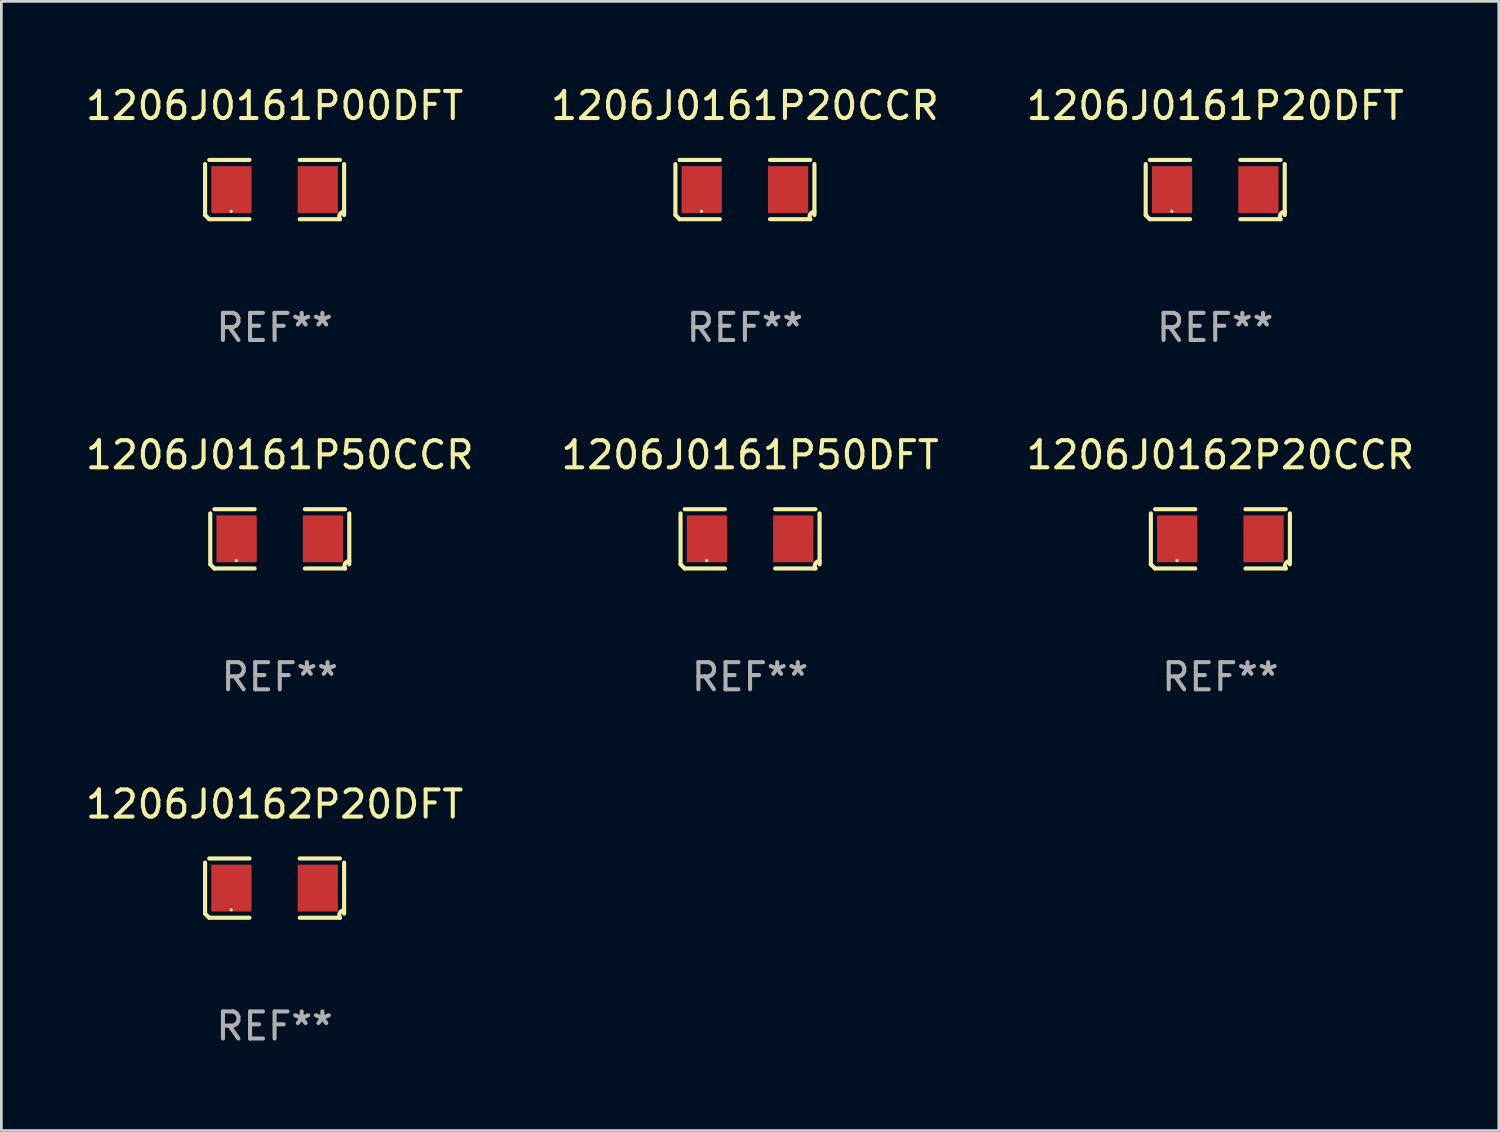
<source format=kicad_pcb>
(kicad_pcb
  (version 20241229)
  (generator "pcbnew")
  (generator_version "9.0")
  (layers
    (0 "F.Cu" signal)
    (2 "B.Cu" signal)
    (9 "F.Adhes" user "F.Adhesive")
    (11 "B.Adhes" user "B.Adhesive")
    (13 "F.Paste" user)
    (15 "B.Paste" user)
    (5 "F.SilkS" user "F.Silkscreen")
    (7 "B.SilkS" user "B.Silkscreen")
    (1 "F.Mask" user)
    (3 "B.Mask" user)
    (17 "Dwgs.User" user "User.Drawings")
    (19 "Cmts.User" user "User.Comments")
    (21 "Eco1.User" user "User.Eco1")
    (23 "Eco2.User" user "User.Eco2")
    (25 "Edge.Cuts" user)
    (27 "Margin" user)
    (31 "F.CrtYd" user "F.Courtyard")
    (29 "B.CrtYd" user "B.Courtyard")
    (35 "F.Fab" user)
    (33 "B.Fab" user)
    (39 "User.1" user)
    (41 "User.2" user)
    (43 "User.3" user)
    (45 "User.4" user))
  (footprint "1206J0161P20CCR"
    (layer "F.Cu")
    (at 24.423 3.941)
    (property "Reference" "1206J0161P20CCR" (at 0 -3.093 0) (layer "F.SilkS") (effects (font (size 1 1) (thickness 0.15))))
    (attr through_hole)
    (fp_line (start -2.564 0.94) (end -2.564 -0.94) (stroke (width 0.152) (type solid)) (layer "F.SilkS"))
    (fp_line (start -2.411 -1.093) (end -0.926 -1.093) (stroke (width 0.152) (type solid)) (layer "F.SilkS"))
    (fp_line (start -0.926 1.093) (end -2.411 1.093) (stroke (width 0.152) (type solid)) (layer "F.SilkS"))
    (fp_line (start 0.926 1.093) (end 2.411 1.093) (stroke (width 0.152) (type solid)) (layer "F.SilkS"))
    (fp_line (start 2.411 -1.093) (end 0.926 -1.093) (stroke (width 0.152) (type solid)) (layer "F.SilkS"))
    (fp_line (start 2.564 0.94) (end 2.564 -0.94) (stroke (width 0.152) (type solid)) (layer "F.SilkS"))
    (fp_arc (start -2.411201 1.092609) (mid -2.487413 1.01642) (end -2.563602 0.940208) (stroke (width 0.1524) (type solid)) (layer "F.SilkS"))
    (fp_arc (start 2.411201 1.092609) (mid 2.407159 0.911226) (end 2.563602 0.819347) (stroke (width 0.1524) (type solid)) (layer "F.SilkS"))
    (fp_circle (center -1.6 0.8) (end -1.57 0.8) (stroke (width 0.06) (type solid)) (fill no) (layer "F.SilkS"))
    (fp_text user "REF**" (at 0 5.093 0) (layer "F.Fab") (effects (font (size 1 1) (thickness 0.15))))
    (pad "1" smd rect (at -1.593 0) (size 1.485 1.728) (layers "F.Cu" "F.Mask" "F.Paste"))
    (pad "2" smd rect (at 1.593 0) (size 1.485 1.728) (layers "F.Cu" "F.Mask" "F.Paste")))
  (footprint "1206J0162P20DFT"
    (layer "F.Cu")
    (at 7.077 29.704)
    (property "Reference" "1206J0162P20DFT" (at 0 -3.093 0) (layer "F.SilkS") (effects (font (size 1 1) (thickness 0.15))))
    (attr through_hole)
    (fp_line (start -2.564 0.94) (end -2.564 -0.94) (stroke (width 0.152) (type solid)) (layer "F.SilkS"))
    (fp_line (start -2.411 -1.093) (end -0.926 -1.093) (stroke (width 0.152) (type solid)) (layer "F.SilkS"))
    (fp_line (start -0.926 1.093) (end -2.411 1.093) (stroke (width 0.152) (type solid)) (layer "F.SilkS"))
    (fp_line (start 0.926 1.093) (end 2.411 1.093) (stroke (width 0.152) (type solid)) (layer "F.SilkS"))
    (fp_line (start 2.411 -1.093) (end 0.926 -1.093) (stroke (width 0.152) (type solid)) (layer "F.SilkS"))
    (fp_line (start 2.564 0.94) (end 2.564 -0.94) (stroke (width 0.152) (type solid)) (layer "F.SilkS"))
    (fp_arc (start -2.411201 1.092609) (mid -2.487413 1.01642) (end -2.563602 0.940208) (stroke (width 0.1524) (type solid)) (layer "F.SilkS"))
    (fp_arc (start 2.411201 1.092609) (mid 2.407159 0.911226) (end 2.563602 0.819347) (stroke (width 0.1524) (type solid)) (layer "F.SilkS"))
    (fp_circle (center -1.6 0.8) (end -1.57 0.8) (stroke (width 0.06) (type solid)) (fill no) (layer "F.SilkS"))
    (fp_text user "REF**" (at 0 5.093 0) (layer "F.Fab") (effects (font (size 1 1) (thickness 0.15))))
    (pad "1" smd rect (at -1.593 0) (size 1.485 1.728) (layers "F.Cu" "F.Mask" "F.Paste"))
    (pad "2" smd rect (at 1.593 0) (size 1.485 1.728) (layers "F.Cu" "F.Mask" "F.Paste")))
  (footprint "1206J0161P00DFT"
    (layer "F.Cu")
    (at 7.077 3.941)
    (property "Reference" "1206J0161P00DFT" (at 0 -3.093 0) (layer "F.SilkS") (effects (font (size 1 1) (thickness 0.15))))
    (attr through_hole)
    (fp_line (start -2.564 0.94) (end -2.564 -0.94) (stroke (width 0.152) (type solid)) (layer "F.SilkS"))
    (fp_line (start -2.411 -1.093) (end -0.926 -1.093) (stroke (width 0.152) (type solid)) (layer "F.SilkS"))
    (fp_line (start -0.926 1.093) (end -2.411 1.093) (stroke (width 0.152) (type solid)) (layer "F.SilkS"))
    (fp_line (start 0.926 1.093) (end 2.411 1.093) (stroke (width 0.152) (type solid)) (layer "F.SilkS"))
    (fp_line (start 2.411 -1.093) (end 0.926 -1.093) (stroke (width 0.152) (type solid)) (layer "F.SilkS"))
    (fp_line (start 2.564 0.94) (end 2.564 -0.94) (stroke (width 0.152) (type solid)) (layer "F.SilkS"))
    (fp_arc (start -2.411201 1.092609) (mid -2.487413 1.01642) (end -2.563602 0.940208) (stroke (width 0.1524) (type solid)) (layer "F.SilkS"))
    (fp_arc (start 2.411201 1.092609) (mid 2.407159 0.911226) (end 2.563602 0.819347) (stroke (width 0.1524) (type solid)) (layer "F.SilkS"))
    (fp_circle (center -1.6 0.8) (end -1.57 0.8) (stroke (width 0.06) (type solid)) (fill no) (layer "F.SilkS"))
    (fp_text user "REF**" (at 0 5.093 0) (layer "F.Fab") (effects (font (size 1 1) (thickness 0.15))))
    (pad "1" smd rect (at -1.593 0) (size 1.485 1.728) (layers "F.Cu" "F.Mask" "F.Paste"))
    (pad "2" smd rect (at 1.593 0) (size 1.485 1.728) (layers "F.Cu" "F.Mask" "F.Paste")))
  (footprint "1206J0161P20DFT"
    (layer "F.Cu")
    (at 41.768 3.941)
    (property "Reference" "1206J0161P20DFT" (at 0 -3.093 0) (layer "F.SilkS") (effects (font (size 1 1) (thickness 0.15))))
    (attr through_hole)
    (fp_line (start -2.564 0.94) (end -2.564 -0.94) (stroke (width 0.152) (type solid)) (layer "F.SilkS"))
    (fp_line (start -2.411 -1.093) (end -0.926 -1.093) (stroke (width 0.152) (type solid)) (layer "F.SilkS"))
    (fp_line (start -0.926 1.093) (end -2.411 1.093) (stroke (width 0.152) (type solid)) (layer "F.SilkS"))
    (fp_line (start 0.926 1.093) (end 2.411 1.093) (stroke (width 0.152) (type solid)) (layer "F.SilkS"))
    (fp_line (start 2.411 -1.093) (end 0.926 -1.093) (stroke (width 0.152) (type solid)) (layer "F.SilkS"))
    (fp_line (start 2.564 0.94) (end 2.564 -0.94) (stroke (width 0.152) (type solid)) (layer "F.SilkS"))
    (fp_arc (start -2.411201 1.092609) (mid -2.487413 1.01642) (end -2.563602 0.940208) (stroke (width 0.1524) (type solid)) (layer "F.SilkS"))
    (fp_arc (start 2.411201 1.092609) (mid 2.407159 0.911226) (end 2.563602 0.819347) (stroke (width 0.1524) (type solid)) (layer "F.SilkS"))
    (fp_circle (center -1.6 0.8) (end -1.57 0.8) (stroke (width 0.06) (type solid)) (fill no) (layer "F.SilkS"))
    (fp_text user "REF**" (at 0 5.093 0) (layer "F.Fab") (effects (font (size 1 1) (thickness 0.15))))
    (pad "1" smd rect (at -1.593 0) (size 1.485 1.728) (layers "F.Cu" "F.Mask" "F.Paste"))
    (pad "2" smd rect (at 1.593 0) (size 1.485 1.728) (layers "F.Cu" "F.Mask" "F.Paste")))
  (footprint "1206J0162P20CCR"
    (layer "F.Cu")
    (at 41.958 16.823)
    (property "Reference" "1206J0162P20CCR" (at 0 -3.093 0) (layer "F.SilkS") (effects (font (size 1 1) (thickness 0.15))))
    (attr through_hole)
    (fp_line (start -2.564 0.94) (end -2.564 -0.94) (stroke (width 0.152) (type solid)) (layer "F.SilkS"))
    (fp_line (start -2.411 -1.093) (end -0.926 -1.093) (stroke (width 0.152) (type solid)) (layer "F.SilkS"))
    (fp_line (start -0.926 1.093) (end -2.411 1.093) (stroke (width 0.152) (type solid)) (layer "F.SilkS"))
    (fp_line (start 0.926 1.093) (end 2.411 1.093) (stroke (width 0.152) (type solid)) (layer "F.SilkS"))
    (fp_line (start 2.411 -1.093) (end 0.926 -1.093) (stroke (width 0.152) (type solid)) (layer "F.SilkS"))
    (fp_line (start 2.564 0.94) (end 2.564 -0.94) (stroke (width 0.152) (type solid)) (layer "F.SilkS"))
    (fp_arc (start -2.411201 1.092609) (mid -2.487413 1.01642) (end -2.563602 0.940208) (stroke (width 0.1524) (type solid)) (layer "F.SilkS"))
    (fp_arc (start 2.411201 1.092609) (mid 2.407159 0.911226) (end 2.563602 0.819347) (stroke (width 0.1524) (type solid)) (layer "F.SilkS"))
    (fp_circle (center -1.6 0.8) (end -1.57 0.8) (stroke (width 0.06) (type solid)) (fill no) (layer "F.SilkS"))
    (fp_text user "REF**" (at 0 5.093 0) (layer "F.Fab") (effects (font (size 1 1) (thickness 0.15))))
    (pad "1" smd rect (at -1.593 0) (size 1.485 1.728) (layers "F.Cu" "F.Mask" "F.Paste"))
    (pad "2" smd rect (at 1.593 0) (size 1.485 1.728) (layers "F.Cu" "F.Mask" "F.Paste")))
  (footprint "1206J0161P50CCR"
    (layer "F.Cu")
    (at 7.268 16.823)
    (property "Reference" "1206J0161P50CCR" (at 0 -3.093 0) (layer "F.SilkS") (effects (font (size 1 1) (thickness 0.15))))
    (attr through_hole)
    (fp_line (start -2.564 0.94) (end -2.564 -0.94) (stroke (width 0.152) (type solid)) (layer "F.SilkS"))
    (fp_line (start -2.411 -1.093) (end -0.926 -1.093) (stroke (width 0.152) (type solid)) (layer "F.SilkS"))
    (fp_line (start -0.926 1.093) (end -2.411 1.093) (stroke (width 0.152) (type solid)) (layer "F.SilkS"))
    (fp_line (start 0.926 1.093) (end 2.411 1.093) (stroke (width 0.152) (type solid)) (layer "F.SilkS"))
    (fp_line (start 2.411 -1.093) (end 0.926 -1.093) (stroke (width 0.152) (type solid)) (layer "F.SilkS"))
    (fp_line (start 2.564 0.94) (end 2.564 -0.94) (stroke (width 0.152) (type solid)) (layer "F.SilkS"))
    (fp_arc (start -2.411201 1.092609) (mid -2.487413 1.01642) (end -2.563602 0.940208) (stroke (width 0.1524) (type solid)) (layer "F.SilkS"))
    (fp_arc (start 2.411201 1.092609) (mid 2.407159 0.911226) (end 2.563602 0.819347) (stroke (width 0.1524) (type solid)) (layer "F.SilkS"))
    (fp_circle (center -1.6 0.8) (end -1.57 0.8) (stroke (width 0.06) (type solid)) (fill no) (layer "F.SilkS"))
    (fp_text user "REF**" (at 0 5.093 0) (layer "F.Fab") (effects (font (size 1 1) (thickness 0.15))))
    (pad "1" smd rect (at -1.593 0) (size 1.485 1.728) (layers "F.Cu" "F.Mask" "F.Paste"))
    (pad "2" smd rect (at 1.593 0) (size 1.485 1.728) (layers "F.Cu" "F.Mask" "F.Paste")))
  (footprint "1206J0161P50DFT"
    (layer "F.Cu")
    (at 24.613 16.823)
    (property "Reference" "1206J0161P50DFT" (at 0 -3.093 0) (layer "F.SilkS") (effects (font (size 1 1) (thickness 0.15))))
    (attr through_hole)
    (fp_line (start -2.564 0.94) (end -2.564 -0.94) (stroke (width 0.152) (type solid)) (layer "F.SilkS"))
    (fp_line (start -2.411 -1.093) (end -0.926 -1.093) (stroke (width 0.152) (type solid)) (layer "F.SilkS"))
    (fp_line (start -0.926 1.093) (end -2.411 1.093) (stroke (width 0.152) (type solid)) (layer "F.SilkS"))
    (fp_line (start 0.926 1.093) (end 2.411 1.093) (stroke (width 0.152) (type solid)) (layer "F.SilkS"))
    (fp_line (start 2.411 -1.093) (end 0.926 -1.093) (stroke (width 0.152) (type solid)) (layer "F.SilkS"))
    (fp_line (start 2.564 0.94) (end 2.564 -0.94) (stroke (width 0.152) (type solid)) (layer "F.SilkS"))
    (fp_arc (start -2.411201 1.092609) (mid -2.487413 1.01642) (end -2.563602 0.940208) (stroke (width 0.1524) (type solid)) (layer "F.SilkS"))
    (fp_arc (start 2.411201 1.092609) (mid 2.407159 0.911226) (end 2.563602 0.819347) (stroke (width 0.1524) (type solid)) (layer "F.SilkS"))
    (fp_circle (center -1.6 0.8) (end -1.57 0.8) (stroke (width 0.06) (type solid)) (fill no) (layer "F.SilkS"))
    (fp_text user "REF**" (at 0 5.093 0) (layer "F.Fab") (effects (font (size 1 1) (thickness 0.15))))
    (pad "1" smd rect (at -1.593 0) (size 1.485 1.728) (layers "F.Cu" "F.Mask" "F.Paste"))
    (pad "2" smd rect (at 1.593 0) (size 1.485 1.728) (layers "F.Cu" "F.Mask" "F.Paste")))
  (gr_rect
    (start -3 -3)
    (end 52.226 38.645)
    (stroke (width 0.1) (type default))
    (fill no)
    (layer "Edge.Cuts")))
</source>
